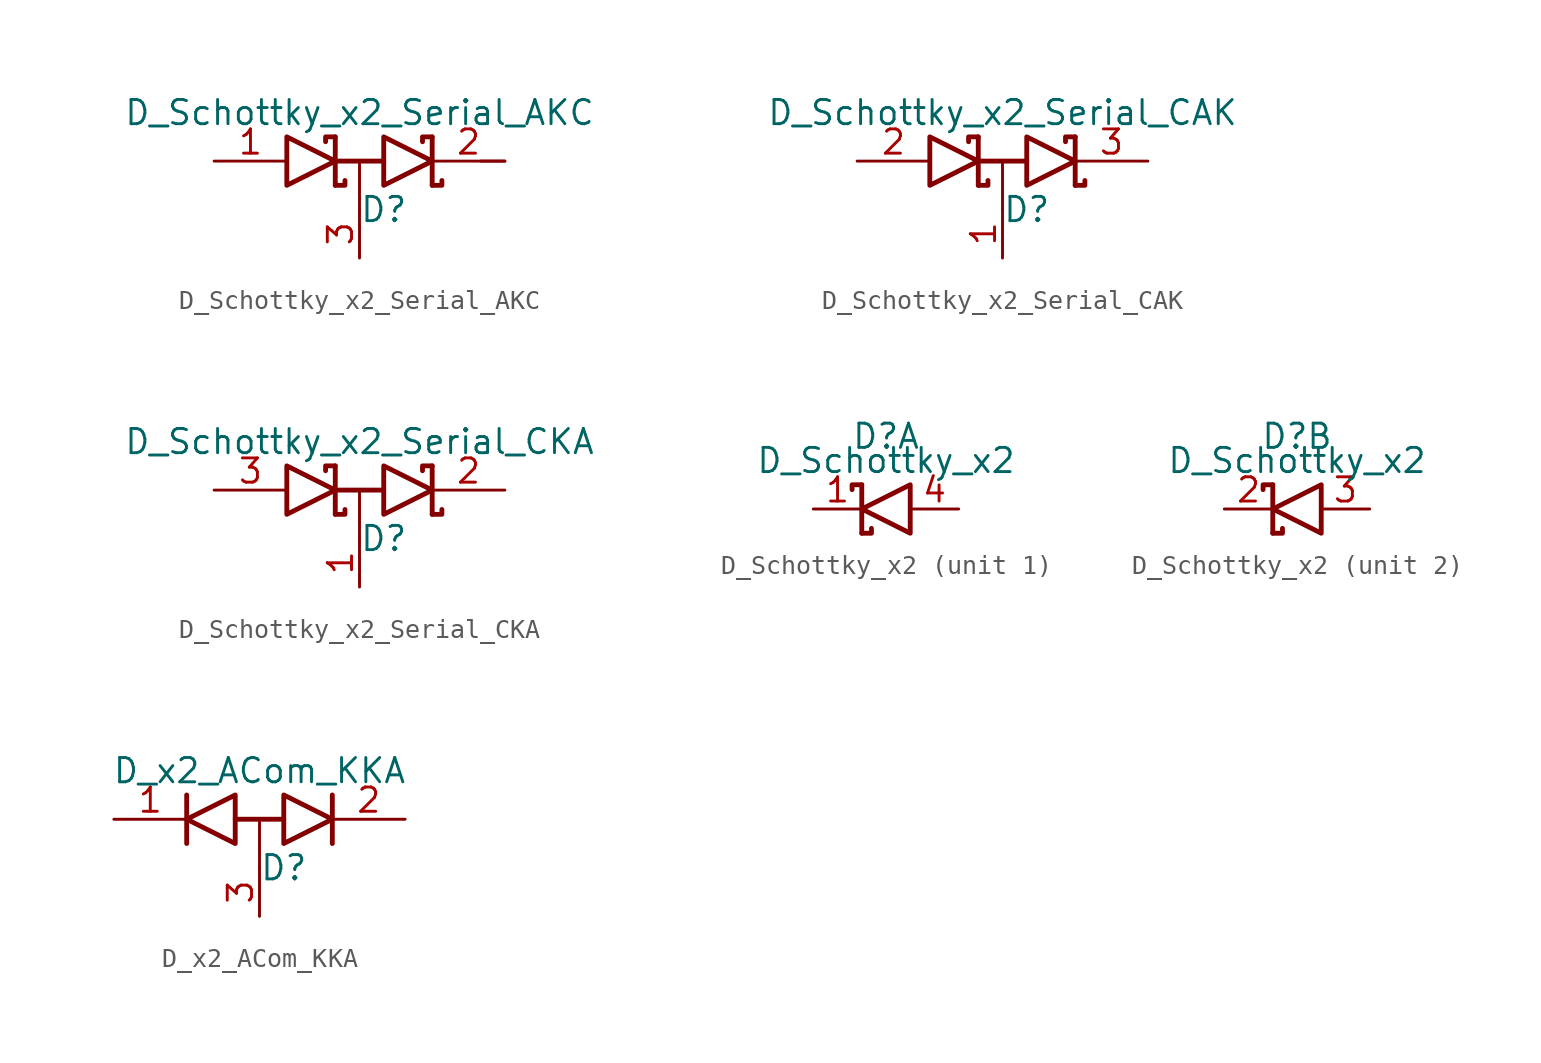
<source format=kicad_sym>
(kicad_symbol_lib
  (version 20211014)
  (generator kicad_symbol_editor)
  (symbol "D_Schottky_x2_Serial_AKC"
    (pin_names
      (offset 0.762) hide)
    (property "Reference" "D"
      (at 1.27 -2.54 0)
      (effects (font (size 1.27 1.27))))
    (property "Value" "D_Schottky_x2_Serial_AKC"
      (at 0 2.54 0)
      (effects (font (size 1.27 1.27))))
    (property "Footprint" ""
      (at 0 0 0)
      (effects (font (size 1.27 1.27))))
    (property "Datasheet" ""
      (at 0 0 0)
      (effects (font (size 1.27 1.27))))
    (symbol "D_Schottky_x2_Serial_AKC_0_1"
      (polyline (pts (xy 0 0) (xy 0 -2.54)) (stroke (width 0) (type default) (color 0 0 0 0)) (fill (type none)))
      (polyline (pts (xy 6.35 0) (xy 7.62 0)) (stroke (width 0) (type default) (color 0 0 0 0)) (fill (type none)))
      (polyline (pts (xy -1.27 -1.27) (xy -1.27 1.27) (xy -1.27 1.27)) (stroke (width 0.254) (type default) (color 0 0 0 0)) (fill (type none)))
      (polyline (pts (xy -1.27 0) (xy 1.27 0) (xy 1.27 0)) (stroke (width 0.254) (type default) (color 0 0 0 0)) (fill (type none)))
      (polyline (pts (xy 3.81 1.27) (xy 3.81 -1.27) (xy 3.81 -1.27)) (stroke (width 0.254) (type default) (color 0 0 0 0)) (fill (type none)))
      (polyline (pts (xy -1.27 -1.27) (xy -0.762 -1.27) (xy -0.762 -1.016) (xy -0.762 -1.016)) (stroke (width 0.254) (type default) (color 0 0 0 0)) (fill (type none)))
      (polyline (pts (xy 3.81 -1.27) (xy 4.318 -1.27) (xy 4.318 -1.016) (xy 4.318 -1.016)) (stroke (width 0.254) (type default) (color 0 0 0 0)) (fill (type none)))
      (polyline (pts (xy 3.81 1.27) (xy 3.302 1.27) (xy 3.302 1.016) (xy 3.302 1.016)) (stroke (width 0.254) (type default) (color 0 0 0 0)) (fill (type none)))
      (polyline (pts (xy -1.778 1.016) (xy -1.778 1.27) (xy -1.27 1.27) (xy -1.27 1.27) (xy -1.27 1.27)) (stroke (width 0.254) (type default) (color 0 0 0 0)) (fill (type none)))
      (polyline (pts (xy -3.81 1.27) (xy -1.27 0) (xy -3.81 -1.27) (xy -3.81 1.27) (xy -3.81 1.27) (xy -3.81 1.27)) (stroke (width 0.254) (type default) (color 0 0 0 0)) (fill (type none)))
      (polyline (pts (xy 1.27 1.27) (xy 3.81 0) (xy 1.27 -1.27) (xy 1.27 1.27) (xy 1.27 1.27) (xy 1.27 1.27)) (stroke (width 0.254) (type default) (color 0 0 0 0)) (fill (type none)))
      (pin passive line (at -7.62 0 0) (length 3.81) (name "A" (effects (font (size 1.27 1.27)))) (number "1" (effects (font (size 1.27 1.27)))))
      (pin passive line (at 7.62 0 180) (length 3.81) (name "K" (effects (font (size 1.27 1.27)))) (number "2" (effects (font (size 1.27 1.27)))))
      (pin passive line (at 0 -5.08 90) (length 2.54) (name "common" (effects (font (size 1.27 1.27)))) (number "3" (effects (font (size 1.27 1.27)))))))
  (symbol "D_Schottky_x2_Serial_CAK"
    (pin_names
      (offset 0.762) hide)
    (property "Reference" "D"
      (at 1.27 -2.54 0)
      (effects (font (size 1.27 1.27))))
    (property "Value" "D_Schottky_x2_Serial_CAK"
      (at 0 2.54 0)
      (effects (font (size 1.27 1.27))))
    (property "Footprint" ""
      (at 0 0 0)
      (effects (font (size 1.27 1.27))))
    (property "Datasheet" ""
      (at 0 0 0)
      (effects (font (size 1.27 1.27))))
    (symbol "D_Schottky_x2_Serial_CAK_0_1"
      (polyline (pts (xy 0 0) (xy 0 -2.54)) (stroke (width 0) (type default) (color 0 0 0 0)) (fill (type none)))
      (polyline (pts (xy -1.27 -1.27) (xy -1.27 1.27) (xy -1.27 1.27)) (stroke (width 0.254) (type default) (color 0 0 0 0)) (fill (type none)))
      (polyline (pts (xy -1.27 0) (xy 1.27 0) (xy 1.27 0)) (stroke (width 0.254) (type default) (color 0 0 0 0)) (fill (type none)))
      (polyline (pts (xy 3.81 1.27) (xy 3.81 -1.27) (xy 3.81 -1.27)) (stroke (width 0.254) (type default) (color 0 0 0 0)) (fill (type none)))
      (polyline (pts (xy -1.27 -1.27) (xy -0.762 -1.27) (xy -0.762 -1.016) (xy -0.762 -1.016)) (stroke (width 0.254) (type default) (color 0 0 0 0)) (fill (type none)))
      (polyline (pts (xy 3.81 -1.27) (xy 4.318 -1.27) (xy 4.318 -1.016) (xy 4.318 -1.016)) (stroke (width 0.254) (type default) (color 0 0 0 0)) (fill (type none)))
      (polyline (pts (xy 3.81 1.27) (xy 3.302 1.27) (xy 3.302 1.016) (xy 3.302 1.016)) (stroke (width 0.254) (type default) (color 0 0 0 0)) (fill (type none)))
      (polyline (pts (xy -1.778 1.016) (xy -1.778 1.27) (xy -1.27 1.27) (xy -1.27 1.27) (xy -1.27 1.27)) (stroke (width 0.254) (type default) (color 0 0 0 0)) (fill (type none)))
      (polyline (pts (xy -3.81 1.27) (xy -1.27 0) (xy -3.81 -1.27) (xy -3.81 1.27) (xy -3.81 1.27) (xy -3.81 1.27)) (stroke (width 0.254) (type default) (color 0 0 0 0)) (fill (type none)))
      (polyline (pts (xy 1.27 1.27) (xy 3.81 0) (xy 1.27 -1.27) (xy 1.27 1.27) (xy 1.27 1.27) (xy 1.27 1.27)) (stroke (width 0.254) (type default) (color 0 0 0 0)) (fill (type none)))
      (pin passive line (at 0 -5.08 90) (length 2.54) (name "common" (effects (font (size 1.27 1.27)))) (number "1" (effects (font (size 1.27 1.27)))))
      (pin passive line (at -7.62 0 0) (length 3.81) (name "A" (effects (font (size 1.27 1.27)))) (number "2" (effects (font (size 1.27 1.27)))))
      (pin passive line (at 7.62 0 180) (length 3.81) (name "K" (effects (font (size 1.27 1.27)))) (number "3" (effects (font (size 1.27 1.27)))))))
  (symbol "D_Schottky_x2_Serial_CKA"
    (pin_names
      (offset 0.762) hide)
    (property "Reference" "D"
      (at 1.27 -2.54 0)
      (effects (font (size 1.27 1.27))))
    (property "Value" "D_Schottky_x2_Serial_CKA"
      (at 0 2.54 0)
      (effects (font (size 1.27 1.27))))
    (property "Footprint" ""
      (at 0 0 0)
      (effects (font (size 1.27 1.27))))
    (property "Datasheet" ""
      (at 0 0 0)
      (effects (font (size 1.27 1.27))))
    (symbol "D_Schottky_x2_Serial_CKA_0_1"
      (polyline (pts (xy 0 0) (xy 0 -2.54)) (stroke (width 0) (type default) (color 0 0 0 0)) (fill (type none)))
      (polyline (pts (xy -1.27 -1.27) (xy -1.27 1.27) (xy -1.27 1.27)) (stroke (width 0.254) (type default) (color 0 0 0 0)) (fill (type none)))
      (polyline (pts (xy -1.27 0) (xy 1.27 0) (xy 1.27 0)) (stroke (width 0.254) (type default) (color 0 0 0 0)) (fill (type none)))
      (polyline (pts (xy 3.81 1.27) (xy 3.81 -1.27) (xy 3.81 -1.27)) (stroke (width 0.254) (type default) (color 0 0 0 0)) (fill (type none)))
      (polyline (pts (xy -1.27 -1.27) (xy -0.762 -1.27) (xy -0.762 -1.016) (xy -0.762 -1.016)) (stroke (width 0.254) (type default) (color 0 0 0 0)) (fill (type none)))
      (polyline (pts (xy 3.81 -1.27) (xy 4.318 -1.27) (xy 4.318 -1.016) (xy 4.318 -1.016)) (stroke (width 0.254) (type default) (color 0 0 0 0)) (fill (type none)))
      (polyline (pts (xy 3.81 1.27) (xy 3.302 1.27) (xy 3.302 1.016) (xy 3.302 1.016)) (stroke (width 0.254) (type default) (color 0 0 0 0)) (fill (type none)))
      (polyline (pts (xy -1.778 1.016) (xy -1.778 1.27) (xy -1.27 1.27) (xy -1.27 1.27) (xy -1.27 1.27)) (stroke (width 0.254) (type default) (color 0 0 0 0)) (fill (type none)))
      (polyline (pts (xy -3.81 1.27) (xy -1.27 0) (xy -3.81 -1.27) (xy -3.81 1.27) (xy -3.81 1.27) (xy -3.81 1.27)) (stroke (width 0.254) (type default) (color 0 0 0 0)) (fill (type none)))
      (polyline (pts (xy 1.27 1.27) (xy 3.81 0) (xy 1.27 -1.27) (xy 1.27 1.27) (xy 1.27 1.27) (xy 1.27 1.27)) (stroke (width 0.254) (type default) (color 0 0 0 0)) (fill (type none)))
      (pin passive line (at 0 -5.08 90) (length 2.54) (name "common" (effects (font (size 1.27 1.27)))) (number "1" (effects (font (size 1.27 1.27)))))
      (pin passive line (at 7.62 0 180) (length 3.81) (name "K" (effects (font (size 1.27 1.27)))) (number "2" (effects (font (size 1.27 1.27)))))
      (pin passive line (at -7.62 0 0) (length 3.81) (name "A" (effects (font (size 1.27 1.27)))) (number "3" (effects (font (size 1.27 1.27)))))))
  (symbol "D_Schottky_x2"
    (pin_names
      (offset 1.016))
    (property "Reference" "D"
      (at 0 3.81 0)
      (effects (font (size 1.27 1.27))))
    (property "Value" "D_Schottky_x2"
      (at 0 2.54 0)
      (effects (font (size 1.27 1.27))))
    (symbol "D_Schottky_x2_1_1"
      (polyline (pts (xy -1.27 1.27) (xy -1.27 -1.27) (xy -1.27 -1.27)) (stroke (width 0.254) (type default) (color 0 0 0 0)) (fill (type none)))
      (polyline (pts (xy -1.27 1.27) (xy -1.778 1.27) (xy -1.778 1.016) (xy -1.778 1.016)) (stroke (width 0.254) (type default) (color 0 0 0 0)) (fill (type none)))
      (polyline (pts (xy -0.762 -1.016) (xy -0.762 -1.27) (xy -1.27 -1.27) (xy -1.27 -1.27) (xy -1.27 -1.27)) (stroke (width 0.254) (type default) (color 0 0 0 0)) (fill (type none)))
      (polyline (pts (xy 1.27 -1.27) (xy -1.27 0) (xy 1.27 1.27) (xy 1.27 -1.27) (xy 1.27 -1.27) (xy 1.27 -1.27)) (stroke (width 0.254) (type default) (color 0 0 0 0)) (fill (type none)))
      (pin passive line (at -3.81 0 0) (length 2.54) (name "K" (effects (font (size 0 0)))) (number "1" (effects (font (size 1.27 1.27)))))
      (pin passive line (at 3.81 0 180) (length 2.54) (name "A" (effects (font (size 0 0)))) (number "4" (effects (font (size 1.27 1.27))))))
    (symbol "D_Schottky_x2_2_1"
      (polyline (pts (xy -1.27 1.27) (xy -1.27 -1.27) (xy -1.27 -1.27)) (stroke (width 0.254) (type default) (color 0 0 0 0)) (fill (type none)))
      (polyline (pts (xy -1.27 1.27) (xy -1.778 1.27) (xy -1.778 1.016) (xy -1.778 1.016)) (stroke (width 0.254) (type default) (color 0 0 0 0)) (fill (type none)))
      (polyline (pts (xy -0.762 -1.016) (xy -0.762 -1.27) (xy -1.27 -1.27) (xy -1.27 -1.27) (xy -1.27 -1.27)) (stroke (width 0.254) (type default) (color 0 0 0 0)) (fill (type none)))
      (polyline (pts (xy 1.27 -1.27) (xy -1.27 0) (xy 1.27 1.27) (xy 1.27 -1.27) (xy 1.27 -1.27) (xy 1.27 -1.27)) (stroke (width 0.254) (type default) (color 0 0 0 0)) (fill (type none)))
      (pin passive line (at -3.81 0 0) (length 2.54) (name "K" (effects (font (size 0 0)))) (number "2" (effects (font (size 1.27 1.27)))))
      (pin passive line (at 3.81 0 180) (length 2.54) (name "A" (effects (font (size 0 0)))) (number "3" (effects (font (size 1.27 1.27)))))))
  (symbol "D_x2_ACom_KKA"
    (pin_names
      (offset 0.762) hide)
    (property "Reference" "D"
      (at 1.27 -2.54 0)
      (effects (font (size 1.27 1.27))))
    (property "Value" "D_x2_ACom_KKA"
      (at 0 2.54 0)
      (effects (font (size 1.27 1.27))))
    (property "Footprint" ""
      (at 0 0 0)
      (effects (font (size 1.27 1.27))))
    (property "Datasheet" ""
      (at 0 0 0)
      (effects (font (size 1.27 1.27))))
    (symbol "D_x2_ACom_KKA_0_1"
      (polyline (pts (xy 0 0) (xy 0 -2.54)) (stroke (width 0) (type default) (color 0 0 0 0)) (fill (type none)))
      (polyline (pts (xy -3.81 1.27) (xy -3.81 -1.27) (xy -3.81 -1.27)) (stroke (width 0.254) (type default) (color 0 0 0 0)) (fill (type none)))
      (polyline (pts (xy -1.27 0) (xy 1.27 0) (xy 1.27 0)) (stroke (width 0.254) (type default) (color 0 0 0 0)) (fill (type none)))
      (polyline (pts (xy 3.81 1.27) (xy 3.81 -1.27) (xy 3.81 -1.27)) (stroke (width 0.254) (type default) (color 0 0 0 0)) (fill (type none)))
      (polyline (pts (xy -1.27 -1.27) (xy -3.81 0) (xy -1.27 1.27) (xy -1.27 -1.27) (xy -1.27 -1.27) (xy -1.27 -1.27)) (stroke (width 0.254) (type default) (color 0 0 0 0)) (fill (type none)))
      (polyline (pts (xy 1.27 1.27) (xy 3.81 0) (xy 1.27 -1.27) (xy 1.27 1.27) (xy 1.27 1.27) (xy 1.27 1.27)) (stroke (width 0.254) (type default) (color 0 0 0 0)) (fill (type none)))
      (pin passive line (at -7.62 0 0) (length 3.81) (name "K" (effects (font (size 1.27 1.27)))) (number "1" (effects (font (size 1.27 1.27)))))
      (pin passive line (at 7.62 0 180) (length 3.81) (name "K" (effects (font (size 1.27 1.27)))) (number "2" (effects (font (size 1.27 1.27)))))
      (pin passive line (at 0 -5.08 90) (length 2.54) (name "A" (effects (font (size 1.27 1.27)))) (number "3" (effects (font (size 1.27 1.27))))))))
</source>
